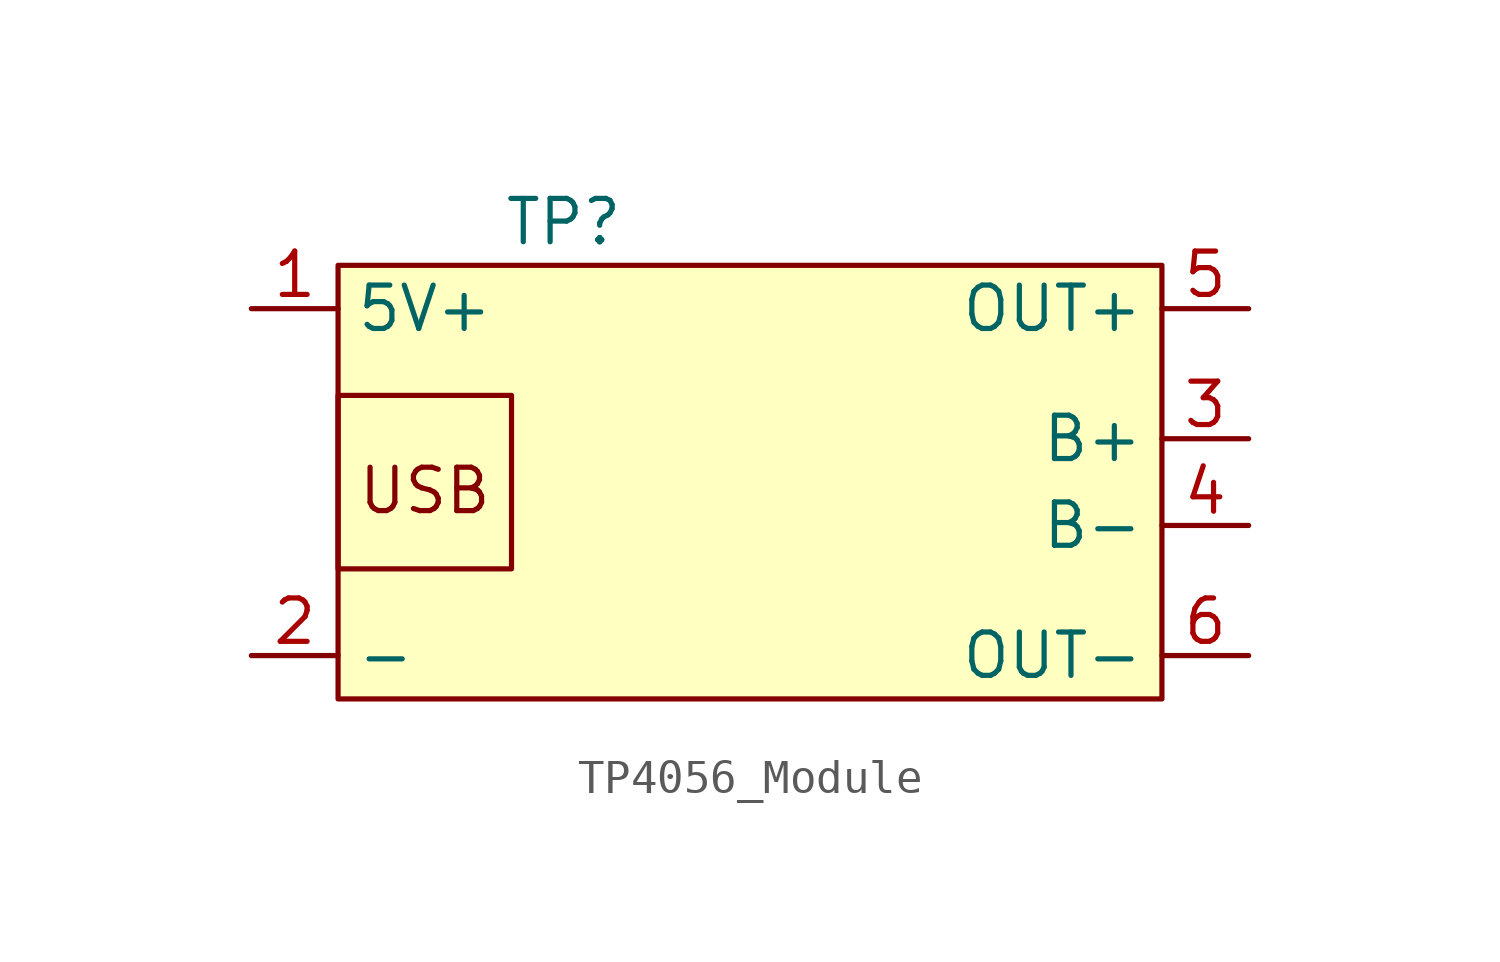
<source format=kicad_sym>
(kicad_symbol_lib
  (version 20241209)
  (generator "kicad_symbol_editor")
  (generator_version "9.0")
  (symbol "TP4056_Module"
    (property "Reference" "TP"
      (at 0.254 7.62 0)
      (effects (font (size 1.27 1.27))))
    (property "Value" ""
      (at -1.27 6.858 0)
      (effects (font (size 1.27 1.27))))
    (symbol "TP4056_Module_0_1"
      (rectangle (start -6.35 2.54) (end -1.27 -2.54) (stroke (width 0) (type default)) (fill (type none))))
    (symbol "TP4056_Module_1_1"
      (rectangle (start -6.35 6.35) (end 17.78 -6.35) (stroke (width 0) (type default)) (fill (type background)))
      (text "USB" (at -3.81 -0.254 0) (effects (font (size 1.27 1.27))))
      (pin power_in line (at -8.89 5.08 0) (length 2.54) (name "5V+" (effects (font (size 1.27 1.27)))) (number "1" (effects (font (size 1.27 1.27)))))
      (pin power_in line (at -8.89 -5.08 0) (length 2.54) (name "-" (effects (font (size 1.27 1.27)))) (number "2" (effects (font (size 1.27 1.27)))))
      (pin power_out line (at 20.32 5.08 180) (length 2.54) (name "OUT+" (effects (font (size 1.27 1.27)))) (number "5" (effects (font (size 1.27 1.27)))))
      (pin power_in line (at 20.32 1.27 180) (length 2.54) (name "B+" (effects (font (size 1.27 1.27)))) (number "3" (effects (font (size 1.27 1.27)))))
      (pin power_in line (at 20.32 -1.27 180) (length 2.54) (name "B-" (effects (font (size 1.27 1.27)))) (number "4" (effects (font (size 1.27 1.27)))))
      (pin power_out line (at 20.32 -5.08 180) (length 2.54) (name "OUT-" (effects (font (size 1.27 1.27)))) (number "6" (effects (font (size 1.27 1.27))))))))
</source>
